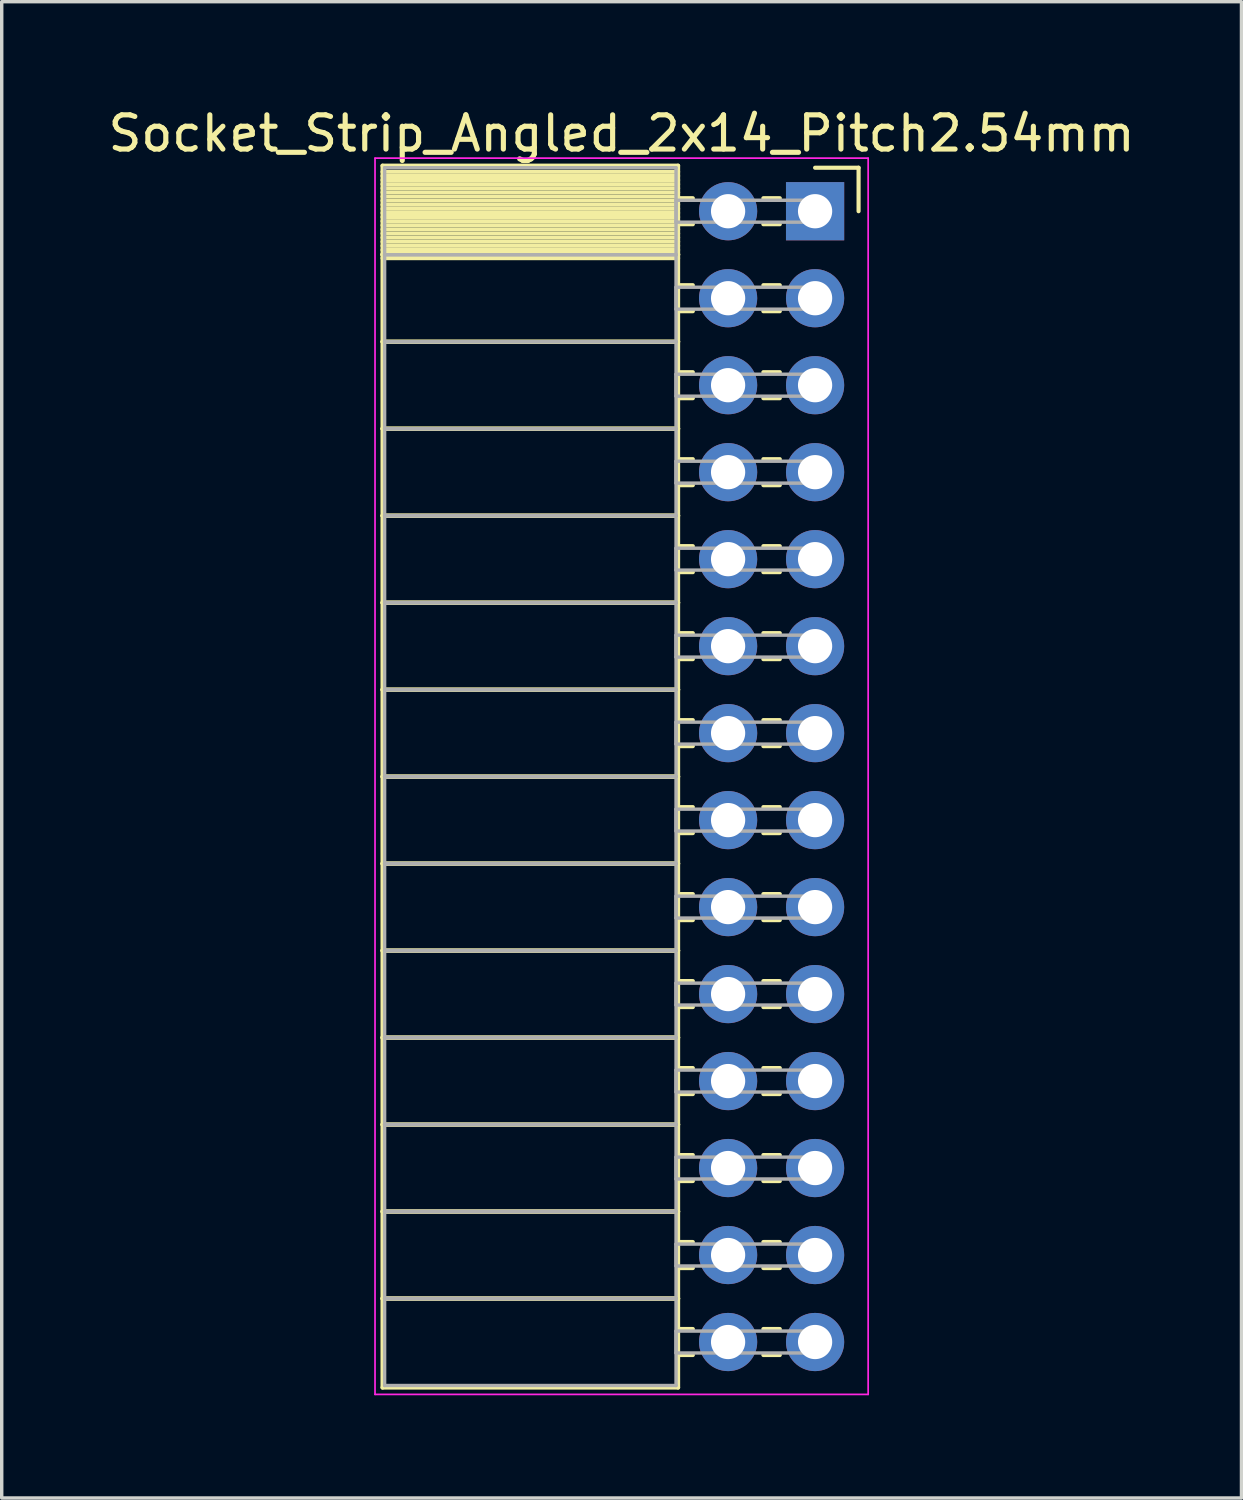
<source format=kicad_pcb>
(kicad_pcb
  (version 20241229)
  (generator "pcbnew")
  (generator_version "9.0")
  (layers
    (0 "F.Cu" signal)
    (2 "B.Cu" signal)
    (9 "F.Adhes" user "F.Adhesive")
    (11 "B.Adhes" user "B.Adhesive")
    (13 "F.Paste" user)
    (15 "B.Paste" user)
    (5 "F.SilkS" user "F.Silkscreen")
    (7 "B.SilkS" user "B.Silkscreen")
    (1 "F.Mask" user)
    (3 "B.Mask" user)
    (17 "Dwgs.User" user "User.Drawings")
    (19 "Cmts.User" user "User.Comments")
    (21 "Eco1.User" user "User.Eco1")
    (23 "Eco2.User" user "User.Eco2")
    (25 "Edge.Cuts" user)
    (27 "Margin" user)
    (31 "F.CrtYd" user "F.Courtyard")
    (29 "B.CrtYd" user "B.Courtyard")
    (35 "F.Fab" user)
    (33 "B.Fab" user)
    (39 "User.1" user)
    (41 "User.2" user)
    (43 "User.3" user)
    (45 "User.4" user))
  (footprint "Socket_Strip_Angled_2x14_Pitch2.54mm"
    (layer "F.Cu")
    (at 20.751 3.118)
    (property "Reference" "Socket_Strip_Angled_2x14_Pitch2.54mm" (at -5.65 -2.27 0) (layer "F.SilkS") (effects (font (size 1 1) (thickness 0.15))))
    (attr through_hole)
    (fp_line (start -12.63 -1.33) (end -4 -1.33) (stroke (width 0.12) (type solid)) (layer "F.SilkS"))
    (fp_line (start -12.63 1.27) (end -12.63 -1.33) (stroke (width 0.12) (type solid)) (layer "F.SilkS"))
    (fp_line (start -12.63 1.27) (end -4 1.27) (stroke (width 0.12) (type solid)) (layer "F.SilkS"))
    (fp_line (start -12.63 3.81) (end -12.63 1.27) (stroke (width 0.12) (type solid)) (layer "F.SilkS"))
    (fp_line (start -12.63 3.81) (end -4 3.81) (stroke (width 0.12) (type solid)) (layer "F.SilkS"))
    (fp_line (start -12.63 6.35) (end -12.63 3.81) (stroke (width 0.12) (type solid)) (layer "F.SilkS"))
    (fp_line (start -12.63 6.35) (end -4 6.35) (stroke (width 0.12) (type solid)) (layer "F.SilkS"))
    (fp_line (start -12.63 8.89) (end -12.63 6.35) (stroke (width 0.12) (type solid)) (layer "F.SilkS"))
    (fp_line (start -12.63 8.89) (end -4 8.89) (stroke (width 0.12) (type solid)) (layer "F.SilkS"))
    (fp_line (start -12.63 11.43) (end -12.63 8.89) (stroke (width 0.12) (type solid)) (layer "F.SilkS"))
    (fp_line (start -12.63 11.43) (end -4 11.43) (stroke (width 0.12) (type solid)) (layer "F.SilkS"))
    (fp_line (start -12.63 13.97) (end -12.63 11.43) (stroke (width 0.12) (type solid)) (layer "F.SilkS"))
    (fp_line (start -12.63 13.97) (end -4 13.97) (stroke (width 0.12) (type solid)) (layer "F.SilkS"))
    (fp_line (start -12.63 16.51) (end -12.63 13.97) (stroke (width 0.12) (type solid)) (layer "F.SilkS"))
    (fp_line (start -12.63 16.51) (end -4 16.51) (stroke (width 0.12) (type solid)) (layer "F.SilkS"))
    (fp_line (start -12.63 19.05) (end -12.63 16.51) (stroke (width 0.12) (type solid)) (layer "F.SilkS"))
    (fp_line (start -12.63 19.05) (end -4 19.05) (stroke (width 0.12) (type solid)) (layer "F.SilkS"))
    (fp_line (start -12.63 21.59) (end -12.63 19.05) (stroke (width 0.12) (type solid)) (layer "F.SilkS"))
    (fp_line (start -12.63 21.59) (end -4 21.59) (stroke (width 0.12) (type solid)) (layer "F.SilkS"))
    (fp_line (start -12.63 24.13) (end -12.63 21.59) (stroke (width 0.12) (type solid)) (layer "F.SilkS"))
    (fp_line (start -12.63 24.13) (end -4 24.13) (stroke (width 0.12) (type solid)) (layer "F.SilkS"))
    (fp_line (start -12.63 26.67) (end -12.63 24.13) (stroke (width 0.12) (type solid)) (layer "F.SilkS"))
    (fp_line (start -12.63 26.67) (end -4 26.67) (stroke (width 0.12) (type solid)) (layer "F.SilkS"))
    (fp_line (start -12.63 29.21) (end -12.63 26.67) (stroke (width 0.12) (type solid)) (layer "F.SilkS"))
    (fp_line (start -12.63 29.21) (end -4 29.21) (stroke (width 0.12) (type solid)) (layer "F.SilkS"))
    (fp_line (start -12.63 31.75) (end -12.63 29.21) (stroke (width 0.12) (type solid)) (layer "F.SilkS"))
    (fp_line (start -12.63 31.75) (end -4 31.75) (stroke (width 0.12) (type solid)) (layer "F.SilkS"))
    (fp_line (start -12.63 34.35) (end -12.63 31.75) (stroke (width 0.12) (type solid)) (layer "F.SilkS"))
    (fp_line (start -4 -1.33) (end -4 1.27) (stroke (width 0.12) (type solid)) (layer "F.SilkS"))
    (fp_line (start -4 -1.15) (end -12.63 -1.15) (stroke (width 0.12) (type solid)) (layer "F.SilkS"))
    (fp_line (start -4 -1.03) (end -12.63 -1.03) (stroke (width 0.12) (type solid)) (layer "F.SilkS"))
    (fp_line (start -4 -0.91) (end -12.63 -0.91) (stroke (width 0.12) (type solid)) (layer "F.SilkS"))
    (fp_line (start -4 -0.79) (end -12.63 -0.79) (stroke (width 0.12) (type solid)) (layer "F.SilkS"))
    (fp_line (start -4 -0.67) (end -12.63 -0.67) (stroke (width 0.12) (type solid)) (layer "F.SilkS"))
    (fp_line (start -4 -0.55) (end -12.63 -0.55) (stroke (width 0.12) (type solid)) (layer "F.SilkS"))
    (fp_line (start -4 -0.43) (end -12.63 -0.43) (stroke (width 0.12) (type solid)) (layer "F.SilkS"))
    (fp_line (start -4 -0.31) (end -12.63 -0.31) (stroke (width 0.12) (type solid)) (layer "F.SilkS"))
    (fp_line (start -4 -0.19) (end -12.63 -0.19) (stroke (width 0.12) (type solid)) (layer "F.SilkS"))
    (fp_line (start -4 -0.07) (end -12.63 -0.07) (stroke (width 0.12) (type solid)) (layer "F.SilkS"))
    (fp_line (start -4 0.05) (end -12.63 0.05) (stroke (width 0.12) (type solid)) (layer "F.SilkS"))
    (fp_line (start -4 0.17) (end -12.63 0.17) (stroke (width 0.12) (type solid)) (layer "F.SilkS"))
    (fp_line (start -4 0.29) (end -12.63 0.29) (stroke (width 0.12) (type solid)) (layer "F.SilkS"))
    (fp_line (start -4 0.41) (end -12.63 0.41) (stroke (width 0.12) (type solid)) (layer "F.SilkS"))
    (fp_line (start -4 0.53) (end -12.63 0.53) (stroke (width 0.12) (type solid)) (layer "F.SilkS"))
    (fp_line (start -4 0.65) (end -12.63 0.65) (stroke (width 0.12) (type solid)) (layer "F.SilkS"))
    (fp_line (start -4 0.77) (end -12.63 0.77) (stroke (width 0.12) (type solid)) (layer "F.SilkS"))
    (fp_line (start -4 0.89) (end -12.63 0.89) (stroke (width 0.12) (type solid)) (layer "F.SilkS"))
    (fp_line (start -4 1.01) (end -12.63 1.01) (stroke (width 0.12) (type solid)) (layer "F.SilkS"))
    (fp_line (start -4 1.13) (end -12.63 1.13) (stroke (width 0.12) (type solid)) (layer "F.SilkS"))
    (fp_line (start -4 1.25) (end -12.63 1.25) (stroke (width 0.12) (type solid)) (layer "F.SilkS"))
    (fp_line (start -4 1.27) (end -12.63 1.27) (stroke (width 0.12) (type solid)) (layer "F.SilkS"))
    (fp_line (start -4 1.27) (end -4 3.81) (stroke (width 0.12) (type solid)) (layer "F.SilkS"))
    (fp_line (start -4 1.37) (end -12.63 1.37) (stroke (width 0.12) (type solid)) (layer "F.SilkS"))
    (fp_line (start -4 3.81) (end -12.63 3.81) (stroke (width 0.12) (type solid)) (layer "F.SilkS"))
    (fp_line (start -4 3.81) (end -4 6.35) (stroke (width 0.12) (type solid)) (layer "F.SilkS"))
    (fp_line (start -4 6.35) (end -12.63 6.35) (stroke (width 0.12) (type solid)) (layer "F.SilkS"))
    (fp_line (start -4 6.35) (end -4 8.89) (stroke (width 0.12) (type solid)) (layer "F.SilkS"))
    (fp_line (start -4 8.89) (end -12.63 8.89) (stroke (width 0.12) (type solid)) (layer "F.SilkS"))
    (fp_line (start -4 8.89) (end -4 11.43) (stroke (width 0.12) (type solid)) (layer "F.SilkS"))
    (fp_line (start -4 11.43) (end -12.63 11.43) (stroke (width 0.12) (type solid)) (layer "F.SilkS"))
    (fp_line (start -4 11.43) (end -4 13.97) (stroke (width 0.12) (type solid)) (layer "F.SilkS"))
    (fp_line (start -4 13.97) (end -12.63 13.97) (stroke (width 0.12) (type solid)) (layer "F.SilkS"))
    (fp_line (start -4 13.97) (end -4 16.51) (stroke (width 0.12) (type solid)) (layer "F.SilkS"))
    (fp_line (start -4 16.51) (end -12.63 16.51) (stroke (width 0.12) (type solid)) (layer "F.SilkS"))
    (fp_line (start -4 16.51) (end -4 19.05) (stroke (width 0.12) (type solid)) (layer "F.SilkS"))
    (fp_line (start -4 19.05) (end -12.63 19.05) (stroke (width 0.12) (type solid)) (layer "F.SilkS"))
    (fp_line (start -4 19.05) (end -4 21.59) (stroke (width 0.12) (type solid)) (layer "F.SilkS"))
    (fp_line (start -4 21.59) (end -12.63 21.59) (stroke (width 0.12) (type solid)) (layer "F.SilkS"))
    (fp_line (start -4 21.59) (end -4 24.13) (stroke (width 0.12) (type solid)) (layer "F.SilkS"))
    (fp_line (start -4 24.13) (end -12.63 24.13) (stroke (width 0.12) (type solid)) (layer "F.SilkS"))
    (fp_line (start -4 24.13) (end -4 26.67) (stroke (width 0.12) (type solid)) (layer "F.SilkS"))
    (fp_line (start -4 26.67) (end -12.63 26.67) (stroke (width 0.12) (type solid)) (layer "F.SilkS"))
    (fp_line (start -4 26.67) (end -4 29.21) (stroke (width 0.12) (type solid)) (layer "F.SilkS"))
    (fp_line (start -4 29.21) (end -12.63 29.21) (stroke (width 0.12) (type solid)) (layer "F.SilkS"))
    (fp_line (start -4 29.21) (end -4 31.75) (stroke (width 0.12) (type solid)) (layer "F.SilkS"))
    (fp_line (start -4 31.75) (end -12.63 31.75) (stroke (width 0.12) (type solid)) (layer "F.SilkS"))
    (fp_line (start -4 31.75) (end -4 34.35) (stroke (width 0.12) (type solid)) (layer "F.SilkS"))
    (fp_line (start -4 34.35) (end -12.63 34.35) (stroke (width 0.12) (type solid)) (layer "F.SilkS"))
    (fp_line (start -3.57 -0.38) (end -4 -0.38) (stroke (width 0.12) (type solid)) (layer "F.SilkS"))
    (fp_line (start -3.57 0.38) (end -4 0.38) (stroke (width 0.12) (type solid)) (layer "F.SilkS"))
    (fp_line (start -3.57 2.16) (end -4 2.16) (stroke (width 0.12) (type solid)) (layer "F.SilkS"))
    (fp_line (start -3.57 2.92) (end -4 2.92) (stroke (width 0.12) (type solid)) (layer "F.SilkS"))
    (fp_line (start -3.57 4.7) (end -4 4.7) (stroke (width 0.12) (type solid)) (layer "F.SilkS"))
    (fp_line (start -3.57 5.46) (end -4 5.46) (stroke (width 0.12) (type solid)) (layer "F.SilkS"))
    (fp_line (start -3.57 7.24) (end -4 7.24) (stroke (width 0.12) (type solid)) (layer "F.SilkS"))
    (fp_line (start -3.57 8) (end -4 8) (stroke (width 0.12) (type solid)) (layer "F.SilkS"))
    (fp_line (start -3.57 9.78) (end -4 9.78) (stroke (width 0.12) (type solid)) (layer "F.SilkS"))
    (fp_line (start -3.57 10.54) (end -4 10.54) (stroke (width 0.12) (type solid)) (layer "F.SilkS"))
    (fp_line (start -3.57 12.32) (end -4 12.32) (stroke (width 0.12) (type solid)) (layer "F.SilkS"))
    (fp_line (start -3.57 13.08) (end -4 13.08) (stroke (width 0.12) (type solid)) (layer "F.SilkS"))
    (fp_line (start -3.57 14.86) (end -4 14.86) (stroke (width 0.12) (type solid)) (layer "F.SilkS"))
    (fp_line (start -3.57 15.62) (end -4 15.62) (stroke (width 0.12) (type solid)) (layer "F.SilkS"))
    (fp_line (start -3.57 17.4) (end -4 17.4) (stroke (width 0.12) (type solid)) (layer "F.SilkS"))
    (fp_line (start -3.57 18.16) (end -4 18.16) (stroke (width 0.12) (type solid)) (layer "F.SilkS"))
    (fp_line (start -3.57 19.94) (end -4 19.94) (stroke (width 0.12) (type solid)) (layer "F.SilkS"))
    (fp_line (start -3.57 20.7) (end -4 20.7) (stroke (width 0.12) (type solid)) (layer "F.SilkS"))
    (fp_line (start -3.57 22.48) (end -4 22.48) (stroke (width 0.12) (type solid)) (layer "F.SilkS"))
    (fp_line (start -3.57 23.24) (end -4 23.24) (stroke (width 0.12) (type solid)) (layer "F.SilkS"))
    (fp_line (start -3.57 25.02) (end -4 25.02) (stroke (width 0.12) (type solid)) (layer "F.SilkS"))
    (fp_line (start -3.57 25.78) (end -4 25.78) (stroke (width 0.12) (type solid)) (layer "F.SilkS"))
    (fp_line (start -3.57 27.56) (end -4 27.56) (stroke (width 0.12) (type solid)) (layer "F.SilkS"))
    (fp_line (start -3.57 28.32) (end -4 28.32) (stroke (width 0.12) (type solid)) (layer "F.SilkS"))
    (fp_line (start -3.57 30.1) (end -4 30.1) (stroke (width 0.12) (type solid)) (layer "F.SilkS"))
    (fp_line (start -3.57 30.86) (end -4 30.86) (stroke (width 0.12) (type solid)) (layer "F.SilkS"))
    (fp_line (start -3.57 32.64) (end -4 32.64) (stroke (width 0.12) (type solid)) (layer "F.SilkS"))
    (fp_line (start -3.57 33.4) (end -4 33.4) (stroke (width 0.12) (type solid)) (layer "F.SilkS"))
    (fp_line (start -1.03 -0.38) (end -1.51 -0.38) (stroke (width 0.12) (type solid)) (layer "F.SilkS"))
    (fp_line (start -1.03 0.38) (end -1.51 0.38) (stroke (width 0.12) (type solid)) (layer "F.SilkS"))
    (fp_line (start -1.03 2.16) (end -1.51 2.16) (stroke (width 0.12) (type solid)) (layer "F.SilkS"))
    (fp_line (start -1.03 2.92) (end -1.51 2.92) (stroke (width 0.12) (type solid)) (layer "F.SilkS"))
    (fp_line (start -1.03 4.7) (end -1.51 4.7) (stroke (width 0.12) (type solid)) (layer "F.SilkS"))
    (fp_line (start -1.03 5.46) (end -1.51 5.46) (stroke (width 0.12) (type solid)) (layer "F.SilkS"))
    (fp_line (start -1.03 7.24) (end -1.51 7.24) (stroke (width 0.12) (type solid)) (layer "F.SilkS"))
    (fp_line (start -1.03 8) (end -1.51 8) (stroke (width 0.12) (type solid)) (layer "F.SilkS"))
    (fp_line (start -1.03 9.78) (end -1.51 9.78) (stroke (width 0.12) (type solid)) (layer "F.SilkS"))
    (fp_line (start -1.03 10.54) (end -1.51 10.54) (stroke (width 0.12) (type solid)) (layer "F.SilkS"))
    (fp_line (start -1.03 12.32) (end -1.51 12.32) (stroke (width 0.12) (type solid)) (layer "F.SilkS"))
    (fp_line (start -1.03 13.08) (end -1.51 13.08) (stroke (width 0.12) (type solid)) (layer "F.SilkS"))
    (fp_line (start -1.03 14.86) (end -1.51 14.86) (stroke (width 0.12) (type solid)) (layer "F.SilkS"))
    (fp_line (start -1.03 15.62) (end -1.51 15.62) (stroke (width 0.12) (type solid)) (layer "F.SilkS"))
    (fp_line (start -1.03 17.4) (end -1.51 17.4) (stroke (width 0.12) (type solid)) (layer "F.SilkS"))
    (fp_line (start -1.03 18.16) (end -1.51 18.16) (stroke (width 0.12) (type solid)) (layer "F.SilkS"))
    (fp_line (start -1.03 19.94) (end -1.51 19.94) (stroke (width 0.12) (type solid)) (layer "F.SilkS"))
    (fp_line (start -1.03 20.7) (end -1.51 20.7) (stroke (width 0.12) (type solid)) (layer "F.SilkS"))
    (fp_line (start -1.03 22.48) (end -1.51 22.48) (stroke (width 0.12) (type solid)) (layer "F.SilkS"))
    (fp_line (start -1.03 23.24) (end -1.51 23.24) (stroke (width 0.12) (type solid)) (layer "F.SilkS"))
    (fp_line (start -1.03 25.02) (end -1.51 25.02) (stroke (width 0.12) (type solid)) (layer "F.SilkS"))
    (fp_line (start -1.03 25.78) (end -1.51 25.78) (stroke (width 0.12) (type solid)) (layer "F.SilkS"))
    (fp_line (start -1.03 27.56) (end -1.51 27.56) (stroke (width 0.12) (type solid)) (layer "F.SilkS"))
    (fp_line (start -1.03 28.32) (end -1.51 28.32) (stroke (width 0.12) (type solid)) (layer "F.SilkS"))
    (fp_line (start -1.03 30.1) (end -1.51 30.1) (stroke (width 0.12) (type solid)) (layer "F.SilkS"))
    (fp_line (start -1.03 30.86) (end -1.51 30.86) (stroke (width 0.12) (type solid)) (layer "F.SilkS"))
    (fp_line (start -1.03 32.64) (end -1.51 32.64) (stroke (width 0.12) (type solid)) (layer "F.SilkS"))
    (fp_line (start -1.03 33.4) (end -1.51 33.4) (stroke (width 0.12) (type solid)) (layer "F.SilkS"))
    (fp_line (start 0 -1.27) (end 1.27 -1.27) (stroke (width 0.12) (type solid)) (layer "F.SilkS"))
    (fp_line (start 1.27 -1.27) (end 1.27 0) (stroke (width 0.12) (type solid)) (layer "F.SilkS"))
    (fp_line (start -12.85 -1.55) (end 1.55 -1.55) (stroke (width 0.05) (type solid)) (layer "F.CrtYd"))
    (fp_line (start -12.85 34.55) (end -12.85 -1.55) (stroke (width 0.05) (type solid)) (layer "F.CrtYd"))
    (fp_line (start 1.55 -1.55) (end 1.55 34.55) (stroke (width 0.05) (type solid)) (layer "F.CrtYd"))
    (fp_line (start 1.55 34.55) (end -12.85 34.55) (stroke (width 0.05) (type solid)) (layer "F.CrtYd"))
    (fp_line (start -12.57 -1.27) (end -4.06 -1.27) (stroke (width 0.1) (type solid)) (layer "F.Fab"))
    (fp_line (start -12.57 1.27) (end -12.57 -1.27) (stroke (width 0.1) (type solid)) (layer "F.Fab"))
    (fp_line (start -12.57 1.27) (end -4.06 1.27) (stroke (width 0.1) (type solid)) (layer "F.Fab"))
    (fp_line (start -12.57 3.81) (end -12.57 1.27) (stroke (width 0.1) (type solid)) (layer "F.Fab"))
    (fp_line (start -12.57 3.81) (end -4.06 3.81) (stroke (width 0.1) (type solid)) (layer "F.Fab"))
    (fp_line (start -12.57 6.35) (end -12.57 3.81) (stroke (width 0.1) (type solid)) (layer "F.Fab"))
    (fp_line (start -12.57 6.35) (end -4.06 6.35) (stroke (width 0.1) (type solid)) (layer "F.Fab"))
    (fp_line (start -12.57 8.89) (end -12.57 6.35) (stroke (width 0.1) (type solid)) (layer "F.Fab"))
    (fp_line (start -12.57 8.89) (end -4.06 8.89) (stroke (width 0.1) (type solid)) (layer "F.Fab"))
    (fp_line (start -12.57 11.43) (end -12.57 8.89) (stroke (width 0.1) (type solid)) (layer "F.Fab"))
    (fp_line (start -12.57 11.43) (end -4.06 11.43) (stroke (width 0.1) (type solid)) (layer "F.Fab"))
    (fp_line (start -12.57 13.97) (end -12.57 11.43) (stroke (width 0.1) (type solid)) (layer "F.Fab"))
    (fp_line (start -12.57 13.97) (end -4.06 13.97) (stroke (width 0.1) (type solid)) (layer "F.Fab"))
    (fp_line (start -12.57 16.51) (end -12.57 13.97) (stroke (width 0.1) (type solid)) (layer "F.Fab"))
    (fp_line (start -12.57 16.51) (end -4.06 16.51) (stroke (width 0.1) (type solid)) (layer "F.Fab"))
    (fp_line (start -12.57 19.05) (end -12.57 16.51) (stroke (width 0.1) (type solid)) (layer "F.Fab"))
    (fp_line (start -12.57 19.05) (end -4.06 19.05) (stroke (width 0.1) (type solid)) (layer "F.Fab"))
    (fp_line (start -12.57 21.59) (end -12.57 19.05) (stroke (width 0.1) (type solid)) (layer "F.Fab"))
    (fp_line (start -12.57 21.59) (end -4.06 21.59) (stroke (width 0.1) (type solid)) (layer "F.Fab"))
    (fp_line (start -12.57 24.13) (end -12.57 21.59) (stroke (width 0.1) (type solid)) (layer "F.Fab"))
    (fp_line (start -12.57 24.13) (end -4.06 24.13) (stroke (width 0.1) (type solid)) (layer "F.Fab"))
    (fp_line (start -12.57 26.67) (end -12.57 24.13) (stroke (width 0.1) (type solid)) (layer "F.Fab"))
    (fp_line (start -12.57 26.67) (end -4.06 26.67) (stroke (width 0.1) (type solid)) (layer "F.Fab"))
    (fp_line (start -12.57 29.21) (end -12.57 26.67) (stroke (width 0.1) (type solid)) (layer "F.Fab"))
    (fp_line (start -12.57 29.21) (end -4.06 29.21) (stroke (width 0.1) (type solid)) (layer "F.Fab"))
    (fp_line (start -12.57 31.75) (end -12.57 29.21) (stroke (width 0.1) (type solid)) (layer "F.Fab"))
    (fp_line (start -12.57 31.75) (end -4.06 31.75) (stroke (width 0.1) (type solid)) (layer "F.Fab"))
    (fp_line (start -12.57 34.29) (end -12.57 31.75) (stroke (width 0.1) (type solid)) (layer "F.Fab"))
    (fp_line (start -4.06 -1.27) (end -4.06 1.27) (stroke (width 0.1) (type solid)) (layer "F.Fab"))
    (fp_line (start -4.06 -0.32) (end 0 -0.32) (stroke (width 0.1) (type solid)) (layer "F.Fab"))
    (fp_line (start -4.06 0.32) (end -4.06 -0.32) (stroke (width 0.1) (type solid)) (layer "F.Fab"))
    (fp_line (start -4.06 1.27) (end -12.57 1.27) (stroke (width 0.1) (type solid)) (layer "F.Fab"))
    (fp_line (start -4.06 1.27) (end -4.06 3.81) (stroke (width 0.1) (type solid)) (layer "F.Fab"))
    (fp_line (start -4.06 2.22) (end 0 2.22) (stroke (width 0.1) (type solid)) (layer "F.Fab"))
    (fp_line (start -4.06 2.86) (end -4.06 2.22) (stroke (width 0.1) (type solid)) (layer "F.Fab"))
    (fp_line (start -4.06 3.81) (end -12.57 3.81) (stroke (width 0.1) (type solid)) (layer "F.Fab"))
    (fp_line (start -4.06 3.81) (end -4.06 6.35) (stroke (width 0.1) (type solid)) (layer "F.Fab"))
    (fp_line (start -4.06 4.76) (end 0 4.76) (stroke (width 0.1) (type solid)) (layer "F.Fab"))
    (fp_line (start -4.06 5.4) (end -4.06 4.76) (stroke (width 0.1) (type solid)) (layer "F.Fab"))
    (fp_line (start -4.06 6.35) (end -12.57 6.35) (stroke (width 0.1) (type solid)) (layer "F.Fab"))
    (fp_line (start -4.06 6.35) (end -4.06 8.89) (stroke (width 0.1) (type solid)) (layer "F.Fab"))
    (fp_line (start -4.06 7.3) (end 0 7.3) (stroke (width 0.1) (type solid)) (layer "F.Fab"))
    (fp_line (start -4.06 7.94) (end -4.06 7.3) (stroke (width 0.1) (type solid)) (layer "F.Fab"))
    (fp_line (start -4.06 8.89) (end -12.57 8.89) (stroke (width 0.1) (type solid)) (layer "F.Fab"))
    (fp_line (start -4.06 8.89) (end -4.06 11.43) (stroke (width 0.1) (type solid)) (layer "F.Fab"))
    (fp_line (start -4.06 9.84) (end 0 9.84) (stroke (width 0.1) (type solid)) (layer "F.Fab"))
    (fp_line (start -4.06 10.48) (end -4.06 9.84) (stroke (width 0.1) (type solid)) (layer "F.Fab"))
    (fp_line (start -4.06 11.43) (end -12.57 11.43) (stroke (width 0.1) (type solid)) (layer "F.Fab"))
    (fp_line (start -4.06 11.43) (end -4.06 13.97) (stroke (width 0.1) (type solid)) (layer "F.Fab"))
    (fp_line (start -4.06 12.38) (end 0 12.38) (stroke (width 0.1) (type solid)) (layer "F.Fab"))
    (fp_line (start -4.06 13.02) (end -4.06 12.38) (stroke (width 0.1) (type solid)) (layer "F.Fab"))
    (fp_line (start -4.06 13.97) (end -12.57 13.97) (stroke (width 0.1) (type solid)) (layer "F.Fab"))
    (fp_line (start -4.06 13.97) (end -4.06 16.51) (stroke (width 0.1) (type solid)) (layer "F.Fab"))
    (fp_line (start -4.06 14.92) (end 0 14.92) (stroke (width 0.1) (type solid)) (layer "F.Fab"))
    (fp_line (start -4.06 15.56) (end -4.06 14.92) (stroke (width 0.1) (type solid)) (layer "F.Fab"))
    (fp_line (start -4.06 16.51) (end -12.57 16.51) (stroke (width 0.1) (type solid)) (layer "F.Fab"))
    (fp_line (start -4.06 16.51) (end -4.06 19.05) (stroke (width 0.1) (type solid)) (layer "F.Fab"))
    (fp_line (start -4.06 17.46) (end 0 17.46) (stroke (width 0.1) (type solid)) (layer "F.Fab"))
    (fp_line (start -4.06 18.1) (end -4.06 17.46) (stroke (width 0.1) (type solid)) (layer "F.Fab"))
    (fp_line (start -4.06 19.05) (end -12.57 19.05) (stroke (width 0.1) (type solid)) (layer "F.Fab"))
    (fp_line (start -4.06 19.05) (end -4.06 21.59) (stroke (width 0.1) (type solid)) (layer "F.Fab"))
    (fp_line (start -4.06 20) (end 0 20) (stroke (width 0.1) (type solid)) (layer "F.Fab"))
    (fp_line (start -4.06 20.64) (end -4.06 20) (stroke (width 0.1) (type solid)) (layer "F.Fab"))
    (fp_line (start -4.06 21.59) (end -12.57 21.59) (stroke (width 0.1) (type solid)) (layer "F.Fab"))
    (fp_line (start -4.06 21.59) (end -4.06 24.13) (stroke (width 0.1) (type solid)) (layer "F.Fab"))
    (fp_line (start -4.06 22.54) (end 0 22.54) (stroke (width 0.1) (type solid)) (layer "F.Fab"))
    (fp_line (start -4.06 23.18) (end -4.06 22.54) (stroke (width 0.1) (type solid)) (layer "F.Fab"))
    (fp_line (start -4.06 24.13) (end -12.57 24.13) (stroke (width 0.1) (type solid)) (layer "F.Fab"))
    (fp_line (start -4.06 24.13) (end -4.06 26.67) (stroke (width 0.1) (type solid)) (layer "F.Fab"))
    (fp_line (start -4.06 25.08) (end 0 25.08) (stroke (width 0.1) (type solid)) (layer "F.Fab"))
    (fp_line (start -4.06 25.72) (end -4.06 25.08) (stroke (width 0.1) (type solid)) (layer "F.Fab"))
    (fp_line (start -4.06 26.67) (end -12.57 26.67) (stroke (width 0.1) (type solid)) (layer "F.Fab"))
    (fp_line (start -4.06 26.67) (end -4.06 29.21) (stroke (width 0.1) (type solid)) (layer "F.Fab"))
    (fp_line (start -4.06 27.62) (end 0 27.62) (stroke (width 0.1) (type solid)) (layer "F.Fab"))
    (fp_line (start -4.06 28.26) (end -4.06 27.62) (stroke (width 0.1) (type solid)) (layer "F.Fab"))
    (fp_line (start -4.06 29.21) (end -12.57 29.21) (stroke (width 0.1) (type solid)) (layer "F.Fab"))
    (fp_line (start -4.06 29.21) (end -4.06 31.75) (stroke (width 0.1) (type solid)) (layer "F.Fab"))
    (fp_line (start -4.06 30.16) (end 0 30.16) (stroke (width 0.1) (type solid)) (layer "F.Fab"))
    (fp_line (start -4.06 30.8) (end -4.06 30.16) (stroke (width 0.1) (type solid)) (layer "F.Fab"))
    (fp_line (start -4.06 31.75) (end -12.57 31.75) (stroke (width 0.1) (type solid)) (layer "F.Fab"))
    (fp_line (start -4.06 31.75) (end -4.06 34.29) (stroke (width 0.1) (type solid)) (layer "F.Fab"))
    (fp_line (start -4.06 32.7) (end 0 32.7) (stroke (width 0.1) (type solid)) (layer "F.Fab"))
    (fp_line (start -4.06 33.34) (end -4.06 32.7) (stroke (width 0.1) (type solid)) (layer "F.Fab"))
    (fp_line (start -4.06 34.29) (end -12.57 34.29) (stroke (width 0.1) (type solid)) (layer "F.Fab"))
    (fp_line (start 0 -0.32) (end 0 0.32) (stroke (width 0.1) (type solid)) (layer "F.Fab"))
    (fp_line (start 0 0.32) (end -4.06 0.32) (stroke (width 0.1) (type solid)) (layer "F.Fab"))
    (fp_line (start 0 2.22) (end 0 2.86) (stroke (width 0.1) (type solid)) (layer "F.Fab"))
    (fp_line (start 0 2.86) (end -4.06 2.86) (stroke (width 0.1) (type solid)) (layer "F.Fab"))
    (fp_line (start 0 4.76) (end 0 5.4) (stroke (width 0.1) (type solid)) (layer "F.Fab"))
    (fp_line (start 0 5.4) (end -4.06 5.4) (stroke (width 0.1) (type solid)) (layer "F.Fab"))
    (fp_line (start 0 7.3) (end 0 7.94) (stroke (width 0.1) (type solid)) (layer "F.Fab"))
    (fp_line (start 0 7.94) (end -4.06 7.94) (stroke (width 0.1) (type solid)) (layer "F.Fab"))
    (fp_line (start 0 9.84) (end 0 10.48) (stroke (width 0.1) (type solid)) (layer "F.Fab"))
    (fp_line (start 0 10.48) (end -4.06 10.48) (stroke (width 0.1) (type solid)) (layer "F.Fab"))
    (fp_line (start 0 12.38) (end 0 13.02) (stroke (width 0.1) (type solid)) (layer "F.Fab"))
    (fp_line (start 0 13.02) (end -4.06 13.02) (stroke (width 0.1) (type solid)) (layer "F.Fab"))
    (fp_line (start 0 14.92) (end 0 15.56) (stroke (width 0.1) (type solid)) (layer "F.Fab"))
    (fp_line (start 0 15.56) (end -4.06 15.56) (stroke (width 0.1) (type solid)) (layer "F.Fab"))
    (fp_line (start 0 17.46) (end 0 18.1) (stroke (width 0.1) (type solid)) (layer "F.Fab"))
    (fp_line (start 0 18.1) (end -4.06 18.1) (stroke (width 0.1) (type solid)) (layer "F.Fab"))
    (fp_line (start 0 20) (end 0 20.64) (stroke (width 0.1) (type solid)) (layer "F.Fab"))
    (fp_line (start 0 20.64) (end -4.06 20.64) (stroke (width 0.1) (type solid)) (layer "F.Fab"))
    (fp_line (start 0 22.54) (end 0 23.18) (stroke (width 0.1) (type solid)) (layer "F.Fab"))
    (fp_line (start 0 23.18) (end -4.06 23.18) (stroke (width 0.1) (type solid)) (layer "F.Fab"))
    (fp_line (start 0 25.08) (end 0 25.72) (stroke (width 0.1) (type solid)) (layer "F.Fab"))
    (fp_line (start 0 25.72) (end -4.06 25.72) (stroke (width 0.1) (type solid)) (layer "F.Fab"))
    (fp_line (start 0 27.62) (end 0 28.26) (stroke (width 0.1) (type solid)) (layer "F.Fab"))
    (fp_line (start 0 28.26) (end -4.06 28.26) (stroke (width 0.1) (type solid)) (layer "F.Fab"))
    (fp_line (start 0 30.16) (end 0 30.8) (stroke (width 0.1) (type solid)) (layer "F.Fab"))
    (fp_line (start 0 30.8) (end -4.06 30.8) (stroke (width 0.1) (type solid)) (layer "F.Fab"))
    (fp_line (start 0 32.7) (end 0 33.34) (stroke (width 0.1) (type solid)) (layer "F.Fab"))
    (fp_line (start 0 33.34) (end -4.06 33.34) (stroke (width 0.1) (type solid)) (layer "F.Fab"))
    (pad "1" thru_hole rect (at 0 0) (size 1.7 1.7) (drill 1) (layers "*.Cu" "*.Mask"))
    (pad "2" thru_hole oval (at -2.54 0) (size 1.7 1.7) (drill 1) (layers "*.Cu" "*.Mask"))
    (pad "3" thru_hole oval (at 0 2.54) (size 1.7 1.7) (drill 1) (layers "*.Cu" "*.Mask"))
    (pad "4" thru_hole oval (at -2.54 2.54) (size 1.7 1.7) (drill 1) (layers "*.Cu" "*.Mask"))
    (pad "5" thru_hole oval (at 0 5.08) (size 1.7 1.7) (drill 1) (layers "*.Cu" "*.Mask"))
    (pad "6" thru_hole oval (at -2.54 5.08) (size 1.7 1.7) (drill 1) (layers "*.Cu" "*.Mask"))
    (pad "7" thru_hole oval (at 0 7.62) (size 1.7 1.7) (drill 1) (layers "*.Cu" "*.Mask"))
    (pad "8" thru_hole oval (at -2.54 7.62) (size 1.7 1.7) (drill 1) (layers "*.Cu" "*.Mask"))
    (pad "9" thru_hole oval (at 0 10.16) (size 1.7 1.7) (drill 1) (layers "*.Cu" "*.Mask"))
    (pad "10" thru_hole oval (at -2.54 10.16) (size 1.7 1.7) (drill 1) (layers "*.Cu" "*.Mask"))
    (pad "11" thru_hole oval (at 0 12.7) (size 1.7 1.7) (drill 1) (layers "*.Cu" "*.Mask"))
    (pad "12" thru_hole oval (at -2.54 12.7) (size 1.7 1.7) (drill 1) (layers "*.Cu" "*.Mask"))
    (pad "13" thru_hole oval (at 0 15.24) (size 1.7 1.7) (drill 1) (layers "*.Cu" "*.Mask"))
    (pad "14" thru_hole oval (at -2.54 15.24) (size 1.7 1.7) (drill 1) (layers "*.Cu" "*.Mask"))
    (pad "15" thru_hole oval (at 0 17.78) (size 1.7 1.7) (drill 1) (layers "*.Cu" "*.Mask"))
    (pad "16" thru_hole oval (at -2.54 17.78) (size 1.7 1.7) (drill 1) (layers "*.Cu" "*.Mask"))
    (pad "17" thru_hole oval (at 0 20.32) (size 1.7 1.7) (drill 1) (layers "*.Cu" "*.Mask"))
    (pad "18" thru_hole oval (at -2.54 20.32) (size 1.7 1.7) (drill 1) (layers "*.Cu" "*.Mask"))
    (pad "19" thru_hole oval (at 0 22.86) (size 1.7 1.7) (drill 1) (layers "*.Cu" "*.Mask"))
    (pad "20" thru_hole oval (at -2.54 22.86) (size 1.7 1.7) (drill 1) (layers "*.Cu" "*.Mask"))
    (pad "21" thru_hole oval (at 0 25.4) (size 1.7 1.7) (drill 1) (layers "*.Cu" "*.Mask"))
    (pad "22" thru_hole oval (at -2.54 25.4) (size 1.7 1.7) (drill 1) (layers "*.Cu" "*.Mask"))
    (pad "23" thru_hole oval (at 0 27.94) (size 1.7 1.7) (drill 1) (layers "*.Cu" "*.Mask"))
    (pad "24" thru_hole oval (at -2.54 27.94) (size 1.7 1.7) (drill 1) (layers "*.Cu" "*.Mask"))
    (pad "25" thru_hole oval (at 0 30.48) (size 1.7 1.7) (drill 1) (layers "*.Cu" "*.Mask"))
    (pad "26" thru_hole oval (at -2.54 30.48) (size 1.7 1.7) (drill 1) (layers "*.Cu" "*.Mask"))
    (pad "27" thru_hole oval (at 0 33.02) (size 1.7 1.7) (drill 1) (layers "*.Cu" "*.Mask"))
    (pad "28" thru_hole oval (at -2.54 33.02) (size 1.7 1.7) (drill 1) (layers "*.Cu" "*.Mask")))
  (gr_rect
    (start -3 -3)
    (end 33.202 40.693)
    (stroke (width 0.1) (type default))
    (fill no)
    (layer "Edge.Cuts")))
</source>
